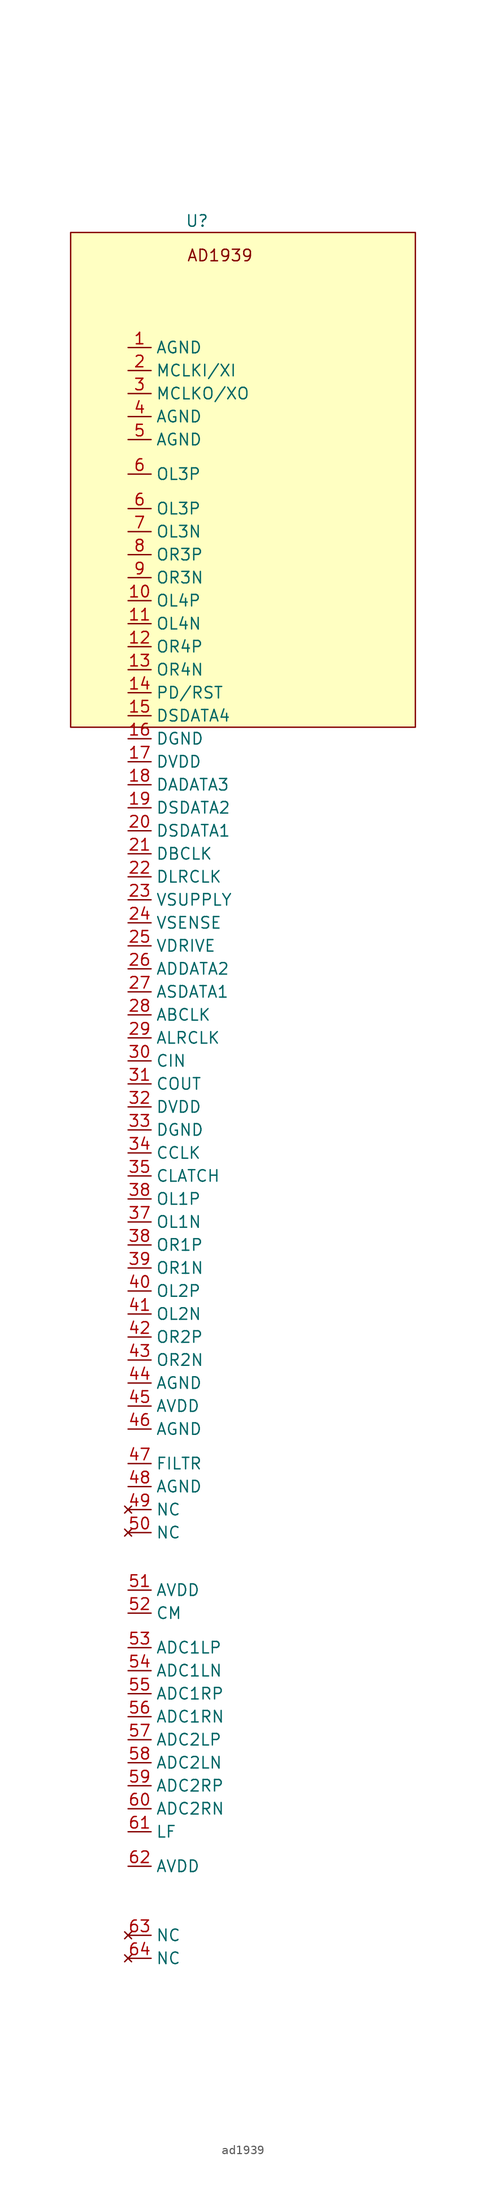
<source format=kicad_sym>
(kicad_symbol_lib
  (version 20220914)
  (generator kicad_symbol_editor)
  (symbol "ad1939"
    (property "Reference" "U"
      (at 0 0 0)
      (effects (font (size 1.27 1.27))))
    (property "Value" ""
      (at 0 0 0)
      (effects (font (size 1.27 1.27))))
    (symbol "ad1939_1_1"
      (rectangle (start -13.97 -1.27) (end 24.13 -55.88) (stroke (width 0) (type default)) (fill (type background)))
      (text "AD1939" (at 2.54 -3.81 0) (effects (font (size 1.27 1.27))))
      (pin input line (at -7.62 -13.97 0) (length 2.54) (name "AGND" (effects (font (size 1.27 1.27)))) (number "1" (effects (font (size 1.27 1.27)))))
      (pin output line (at -7.62 -41.91 0) (length 2.54) (name "OL4P" (effects (font (size 1.27 1.27)))) (number "10" (effects (font (size 1.27 1.27)))))
      (pin output line (at -7.62 -44.45 0) (length 2.54) (name "OL4N" (effects (font (size 1.27 1.27)))) (number "11" (effects (font (size 1.27 1.27)))))
      (pin output line (at -7.62 -46.99 0) (length 2.54) (name "OR4P" (effects (font (size 1.27 1.27)))) (number "12" (effects (font (size 1.27 1.27)))))
      (pin output line (at -7.62 -49.53 0) (length 2.54) (name "OR4N" (effects (font (size 1.27 1.27)))) (number "13" (effects (font (size 1.27 1.27)))))
      (pin input line (at -7.62 -52.07 0) (length 2.54) (name "PD/RST" (effects (font (size 1.27 1.27)))) (number "14" (effects (font (size 1.27 1.27)))))
      (pin bidirectional line (at -7.62 -54.61 0) (length 2.54) (name "DSDATA4" (effects (font (size 1.27 1.27)))) (number "15" (effects (font (size 1.27 1.27)))))
      (pin input line (at -7.62 -57.15 0) (length 2.54) (name "DGND" (effects (font (size 1.27 1.27)))) (number "16" (effects (font (size 1.27 1.27)))))
      (pin input line (at -7.62 -59.69 0) (length 2.54) (name "DVDD" (effects (font (size 1.27 1.27)))) (number "17" (effects (font (size 1.27 1.27)))))
      (pin bidirectional line (at -7.62 -62.23 0) (length 2.54) (name "DADATA3" (effects (font (size 1.27 1.27)))) (number "18" (effects (font (size 1.27 1.27)))))
      (pin bidirectional line (at -7.62 -64.77 0) (length 2.54) (name "DSDATA2" (effects (font (size 1.27 1.27)))) (number "19" (effects (font (size 1.27 1.27)))))
      (pin input line (at -7.62 -16.51 0) (length 2.54) (name "MCLKI/XI" (effects (font (size 1.27 1.27)))) (number "2" (effects (font (size 1.27 1.27)))))
      (pin input line (at -7.62 -67.31 0) (length 2.54) (name "DSDATA1" (effects (font (size 1.27 1.27)))) (number "20" (effects (font (size 1.27 1.27)))))
      (pin bidirectional line (at -7.62 -69.85 0) (length 2.54) (name "DBCLK" (effects (font (size 1.27 1.27)))) (number "21" (effects (font (size 1.27 1.27)))))
      (pin bidirectional line (at -7.62 -72.39 0) (length 2.54) (name "DLRCLK" (effects (font (size 1.27 1.27)))) (number "22" (effects (font (size 1.27 1.27)))))
      (pin input line (at -7.62 -74.93 0) (length 2.54) (name "VSUPPLY" (effects (font (size 1.27 1.27)))) (number "23" (effects (font (size 1.27 1.27)))))
      (pin input line (at -7.62 -77.47 0) (length 2.54) (name "VSENSE" (effects (font (size 1.27 1.27)))) (number "24" (effects (font (size 1.27 1.27)))))
      (pin output line (at -7.62 -80.01 0) (length 2.54) (name "VDRIVE" (effects (font (size 1.27 1.27)))) (number "25" (effects (font (size 1.27 1.27)))))
      (pin bidirectional line (at -7.62 -82.55 0) (length 2.54) (name "ADDATA2" (effects (font (size 1.27 1.27)))) (number "26" (effects (font (size 1.27 1.27)))))
      (pin output line (at -7.62 -85.09 0) (length 2.54) (name "ASDATA1" (effects (font (size 1.27 1.27)))) (number "27" (effects (font (size 1.27 1.27)))))
      (pin bidirectional line (at -7.62 -87.63 0) (length 2.54) (name "ABCLK" (effects (font (size 1.27 1.27)))) (number "28" (effects (font (size 1.27 1.27)))))
      (pin bidirectional line (at -7.62 -90.17 0) (length 2.54) (name "ALRCLK" (effects (font (size 1.27 1.27)))) (number "29" (effects (font (size 1.27 1.27)))))
      (pin output line (at -7.62 -19.05 0) (length 2.54) (name "MCLKO/XO" (effects (font (size 1.27 1.27)))) (number "3" (effects (font (size 1.27 1.27)))))
      (pin input line (at -7.62 -92.71 0) (length 2.54) (name "CIN" (effects (font (size 1.27 1.27)))) (number "30" (effects (font (size 1.27 1.27)))))
      (pin bidirectional line (at -7.62 -95.25 0) (length 2.54) (name "COUT" (effects (font (size 1.27 1.27)))) (number "31" (effects (font (size 1.27 1.27)))))
      (pin input line (at -7.62 -97.79 0) (length 2.54) (name "DVDD" (effects (font (size 1.27 1.27)))) (number "32" (effects (font (size 1.27 1.27)))))
      (pin input line (at -7.62 -100.33 0) (length 2.54) (name "DGND" (effects (font (size 1.27 1.27)))) (number "33" (effects (font (size 1.27 1.27)))))
      (pin input line (at -7.62 -102.87 0) (length 2.54) (name "CCLK" (effects (font (size 1.27 1.27)))) (number "34" (effects (font (size 1.27 1.27)))))
      (pin input line (at -7.62 -105.41 0) (length 2.54) (name "CLATCH" (effects (font (size 1.27 1.27)))) (number "35" (effects (font (size 1.27 1.27)))))
      (pin output line (at -7.62 -110.49 0) (length 2.54) (name "OL1N" (effects (font (size 1.27 1.27)))) (number "37" (effects (font (size 1.27 1.27)))))
      (pin output line (at -7.62 -107.95 0) (length 2.54) (name "OL1P" (effects (font (size 1.27 1.27)))) (number "38" (effects (font (size 1.27 1.27)))))
      (pin output line (at -7.62 -113.03 0) (length 2.54) (name "OR1P" (effects (font (size 1.27 1.27)))) (number "38" (effects (font (size 1.27 1.27)))))
      (pin output line (at -7.62 -115.57 0) (length 2.54) (name "OR1N" (effects (font (size 1.27 1.27)))) (number "39" (effects (font (size 1.27 1.27)))))
      (pin input line (at -7.62 -21.59 0) (length 2.54) (name "AGND" (effects (font (size 1.27 1.27)))) (number "4" (effects (font (size 1.27 1.27)))))
      (pin output line (at -7.62 -118.11 0) (length 2.54) (name "OL2P" (effects (font (size 1.27 1.27)))) (number "40" (effects (font (size 1.27 1.27)))))
      (pin output line (at -7.62 -120.65 0) (length 2.54) (name "OL2N" (effects (font (size 1.27 1.27)))) (number "41" (effects (font (size 1.27 1.27)))))
      (pin output line (at -7.62 -123.19 0) (length 2.54) (name "OR2P" (effects (font (size 1.27 1.27)))) (number "42" (effects (font (size 1.27 1.27)))))
      (pin output line (at -7.62 -125.73 0) (length 2.54) (name "OR2N" (effects (font (size 1.27 1.27)))) (number "43" (effects (font (size 1.27 1.27)))))
      (pin input line (at -7.62 -128.27 0) (length 2.54) (name "AGND" (effects (font (size 1.27 1.27)))) (number "44" (effects (font (size 1.27 1.27)))))
      (pin input line (at -7.62 -130.81 0) (length 2.54) (name "AVDD" (effects (font (size 1.27 1.27)))) (number "45" (effects (font (size 1.27 1.27)))))
      (pin input line (at -7.62 -133.35 0) (length 2.54) (name "AGND" (effects (font (size 1.27 1.27)))) (number "46" (effects (font (size 1.27 1.27)))))
      (pin output line (at -7.62 -137.16 0) (length 2.54) (name "FILTR" (effects (font (size 1.27 1.27)))) (number "47" (effects (font (size 1.27 1.27)))))
      (pin input line (at -7.62 -139.7 0) (length 2.54) (name "AGND" (effects (font (size 1.27 1.27)))) (number "48" (effects (font (size 1.27 1.27)))))
      (pin no_connect line (at -7.62 -142.24 0) (length 2.54) (name "NC" (effects (font (size 1.27 1.27)))) (number "49" (effects (font (size 1.27 1.27)))))
      (pin input line (at -7.62 -24.13 0) (length 2.54) (name "AGND" (effects (font (size 1.27 1.27)))) (number "5" (effects (font (size 1.27 1.27)))))
      (pin no_connect line (at -7.62 -144.78 0) (length 2.54) (name "NC" (effects (font (size 1.27 1.27)))) (number "50" (effects (font (size 1.27 1.27)))))
      (pin input line (at -7.62 -151.13 0) (length 2.54) (name "AVDD" (effects (font (size 1.27 1.27)))) (number "51" (effects (font (size 1.27 1.27)))))
      (pin output line (at -7.62 -153.67 0) (length 2.54) (name "CM" (effects (font (size 1.27 1.27)))) (number "52" (effects (font (size 1.27 1.27)))))
      (pin input line (at -7.62 -157.48 0) (length 2.54) (name "ADC1LP" (effects (font (size 1.27 1.27)))) (number "53" (effects (font (size 1.27 1.27)))))
      (pin input line (at -7.62 -160.02 0) (length 2.54) (name "ADC1LN" (effects (font (size 1.27 1.27)))) (number "54" (effects (font (size 1.27 1.27)))))
      (pin input line (at -7.62 -162.56 0) (length 2.54) (name "ADC1RP" (effects (font (size 1.27 1.27)))) (number "55" (effects (font (size 1.27 1.27)))))
      (pin input line (at -7.62 -165.1 0) (length 2.54) (name "ADC1RN" (effects (font (size 1.27 1.27)))) (number "56" (effects (font (size 1.27 1.27)))))
      (pin input line (at -7.62 -167.64 0) (length 2.54) (name "ADC2LP" (effects (font (size 1.27 1.27)))) (number "57" (effects (font (size 1.27 1.27)))))
      (pin input line (at -7.62 -170.18 0) (length 2.54) (name "ADC2LN" (effects (font (size 1.27 1.27)))) (number "58" (effects (font (size 1.27 1.27)))))
      (pin input line (at -7.62 -172.72 0) (length 2.54) (name "ADC2RP" (effects (font (size 1.27 1.27)))) (number "59" (effects (font (size 1.27 1.27)))))
      (pin output line (at -7.62 -31.75 0) (length 2.54) (name "OL3P" (effects (font (size 1.27 1.27)))) (number "6" (effects (font (size 1.27 1.27)))))
      (pin output line (at -7.62 -27.94 0) (length 2.54) (name "OL3P" (effects (font (size 1.27 1.27)))) (number "6" (effects (font (size 1.27 1.27)))))
      (pin input line (at -7.62 -175.26 0) (length 2.54) (name "ADC2RN" (effects (font (size 1.27 1.27)))) (number "60" (effects (font (size 1.27 1.27)))))
      (pin output line (at -7.62 -177.8 0) (length 2.54) (name "LF" (effects (font (size 1.27 1.27)))) (number "61" (effects (font (size 1.27 1.27)))))
      (pin input line (at -7.62 -181.61 0) (length 2.54) (name "AVDD" (effects (font (size 1.27 1.27)))) (number "62" (effects (font (size 1.27 1.27)))))
      (pin no_connect line (at -7.62 -189.23 0) (length 2.54) (name "NC" (effects (font (size 1.27 1.27)))) (number "63" (effects (font (size 1.27 1.27)))))
      (pin no_connect line (at -7.62 -191.77 0) (length 2.54) (name "NC" (effects (font (size 1.27 1.27)))) (number "64" (effects (font (size 1.27 1.27)))))
      (pin output line (at -7.62 -34.29 0) (length 2.54) (name "OL3N" (effects (font (size 1.27 1.27)))) (number "7" (effects (font (size 1.27 1.27)))))
      (pin output line (at -7.62 -36.83 0) (length 2.54) (name "OR3P" (effects (font (size 1.27 1.27)))) (number "8" (effects (font (size 1.27 1.27)))))
      (pin output line (at -7.62 -39.37 0) (length 2.54) (name "OR3N" (effects (font (size 1.27 1.27)))) (number "9" (effects (font (size 1.27 1.27))))))))
</source>
